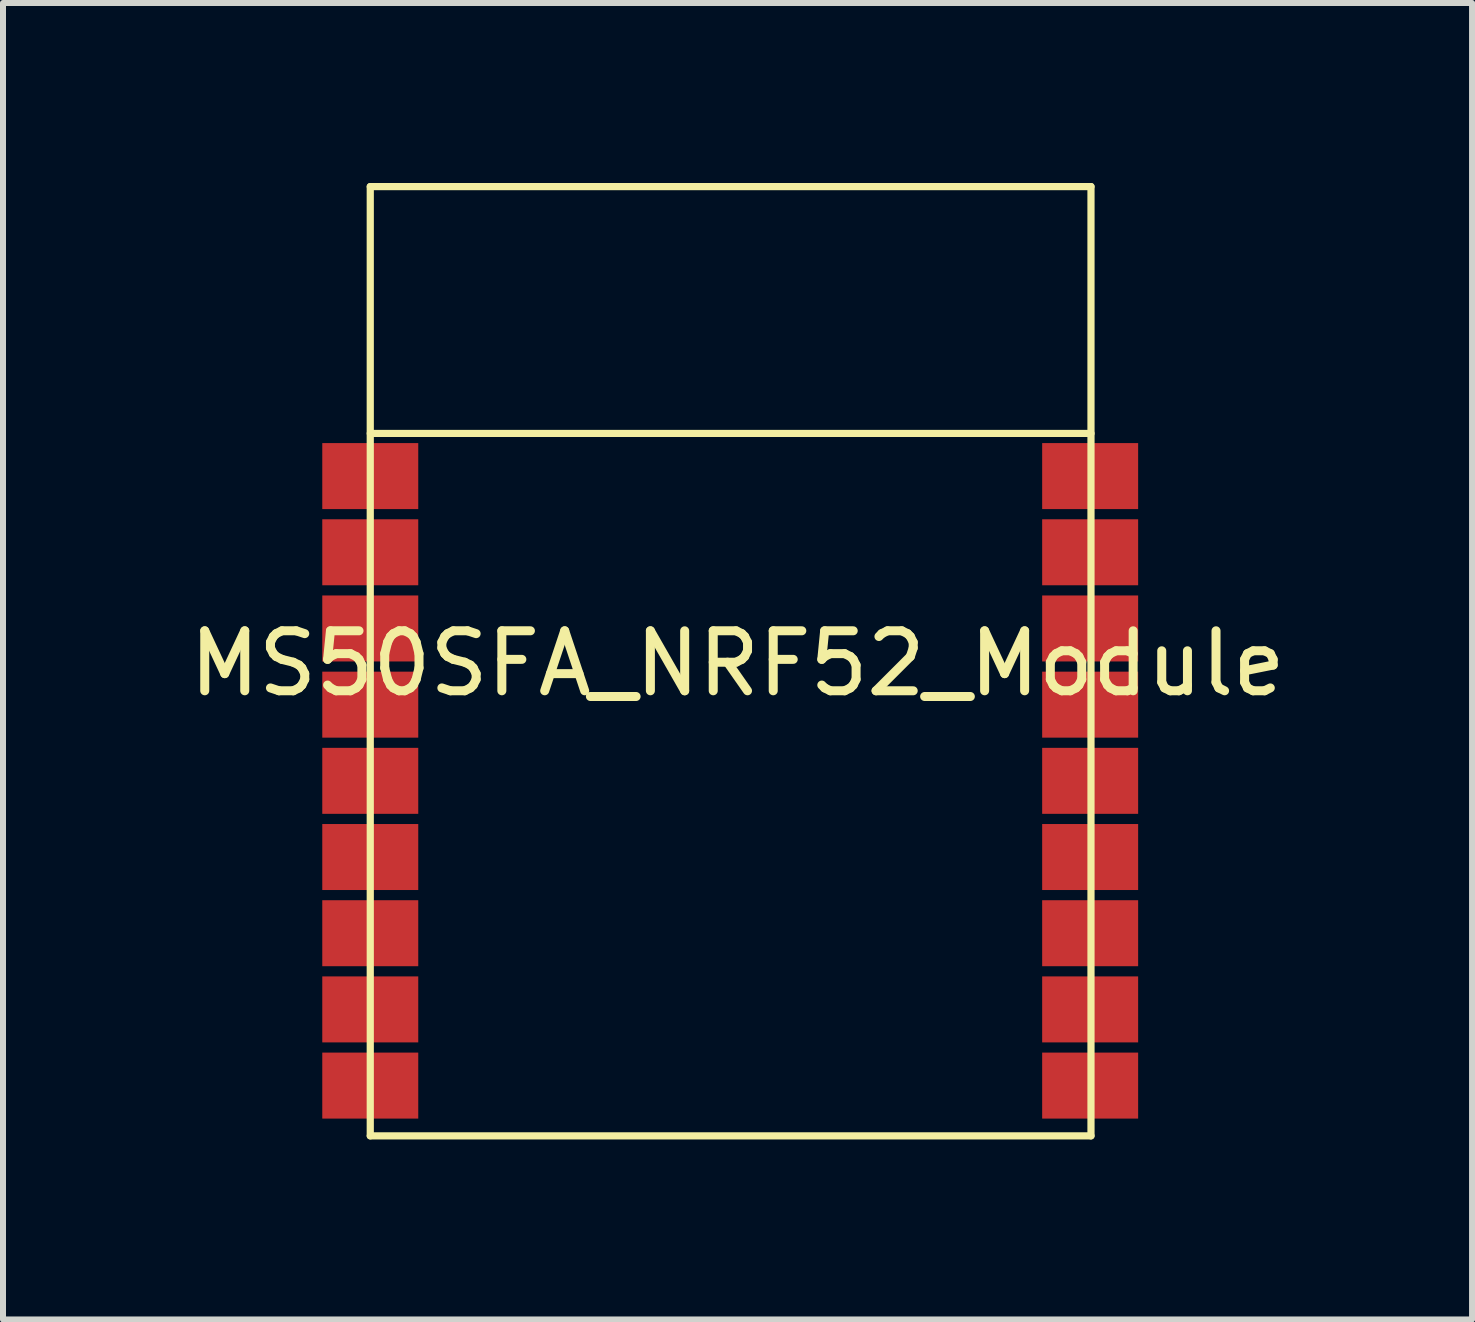
<source format=kicad_pcb>
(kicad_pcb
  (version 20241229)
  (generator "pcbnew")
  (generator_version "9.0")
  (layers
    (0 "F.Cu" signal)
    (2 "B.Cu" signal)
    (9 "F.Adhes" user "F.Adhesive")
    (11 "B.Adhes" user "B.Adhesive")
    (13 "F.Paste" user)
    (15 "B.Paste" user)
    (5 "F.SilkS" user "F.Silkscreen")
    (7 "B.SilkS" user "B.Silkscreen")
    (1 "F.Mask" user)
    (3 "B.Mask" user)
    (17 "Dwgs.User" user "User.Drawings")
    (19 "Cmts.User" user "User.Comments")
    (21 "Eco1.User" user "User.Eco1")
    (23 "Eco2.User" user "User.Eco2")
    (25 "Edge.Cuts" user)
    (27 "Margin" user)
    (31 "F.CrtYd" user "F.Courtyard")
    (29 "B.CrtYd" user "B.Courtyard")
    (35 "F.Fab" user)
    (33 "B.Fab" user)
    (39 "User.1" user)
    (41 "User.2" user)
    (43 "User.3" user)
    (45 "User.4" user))
  (footprint "MS50SFA_NRF52_Module"
    (layer "F.Cu")
    (at 9.142 7.985)
    (property "Reference" "MS50SFA_NRF52_Module" (at 0.102 0.025 0) (layer "F.SilkS") (effects (font (size 1 1) (thickness 0.15))))
    (attr through_hole)
    (fp_line (start -6.02 -7.925) (end -6.02 7.899) (stroke (width 0.12) (type solid)) (layer "F.SilkS"))
    (fp_line (start -6.02 -3.81) (end 5.994 -3.81) (stroke (width 0.12) (type solid)) (layer "F.SilkS"))
    (fp_line (start -6.02 7.899) (end 5.994 7.899) (stroke (width 0.12) (type solid)) (layer "F.SilkS"))
    (fp_line (start 5.994 -7.925) (end -6.02 -7.925) (stroke (width 0.12) (type solid)) (layer "F.SilkS"))
    (fp_line (start 5.994 7.899) (end 5.994 -7.925) (stroke (width 0.12) (type solid)) (layer "F.SilkS"))
    (pad "1" smd rect (at -6.02 -3.099) (size 1.6 1.1) (layers "F.Cu" "F.Mask" "F.Paste"))
    (pad "2" smd rect (at -6.02 -1.829) (size 1.6 1.1) (layers "F.Cu" "F.Mask" "F.Paste"))
    (pad "3" smd rect (at -6.02 -0.559) (size 1.6 1.1) (layers "F.Cu" "F.Mask" "F.Paste"))
    (pad "4" smd rect (at -6.02 0.711) (size 1.6 1.1) (layers "F.Cu" "F.Mask" "F.Paste"))
    (pad "5" smd rect (at -6.02 1.981) (size 1.6 1.1) (layers "F.Cu" "F.Mask" "F.Paste"))
    (pad "6" smd rect (at -6.02 3.251) (size 1.6 1.1) (layers "F.Cu" "F.Mask" "F.Paste"))
    (pad "7" smd rect (at -6.02 4.521) (size 1.6 1.1) (layers "F.Cu" "F.Mask" "F.Paste"))
    (pad "8" smd rect (at -6.02 5.791) (size 1.6 1.1) (layers "F.Cu" "F.Mask" "F.Paste"))
    (pad "9" smd rect (at -6.02 7.061) (size 1.6 1.1) (layers "F.Cu" "F.Mask" "F.Paste"))
    (pad "10" smd rect (at 5.98 7.061) (size 1.6 1.1) (layers "F.Cu" "F.Mask" "F.Paste"))
    (pad "11" smd rect (at 5.98 5.791) (size 1.6 1.1) (layers "F.Cu" "F.Mask" "F.Paste"))
    (pad "12" smd rect (at 5.98 4.521) (size 1.6 1.1) (layers "F.Cu" "F.Mask" "F.Paste"))
    (pad "13" smd rect (at 5.98 3.251) (size 1.6 1.1) (layers "F.Cu" "F.Mask" "F.Paste"))
    (pad "14" smd rect (at 5.98 1.981) (size 1.6 1.1) (layers "F.Cu" "F.Mask" "F.Paste"))
    (pad "15" smd rect (at 5.98 0.711) (size 1.6 1.1) (layers "F.Cu" "F.Mask" "F.Paste"))
    (pad "16" smd rect (at 5.98 -0.559) (size 1.6 1.1) (layers "F.Cu" "F.Mask" "F.Paste"))
    (pad "17" smd rect (at 5.98 -1.829) (size 1.6 1.1) (layers "F.Cu" "F.Mask" "F.Paste"))
    (pad "18" smd rect (at 5.98 -3.099) (size 1.6 1.1) (layers "F.Cu" "F.Mask" "F.Paste")))
  (gr_rect
    (start -3 -3)
    (end 21.488 18.944)
    (stroke (width 0.1) (type default))
    (fill no)
    (layer "Edge.Cuts")))
</source>
